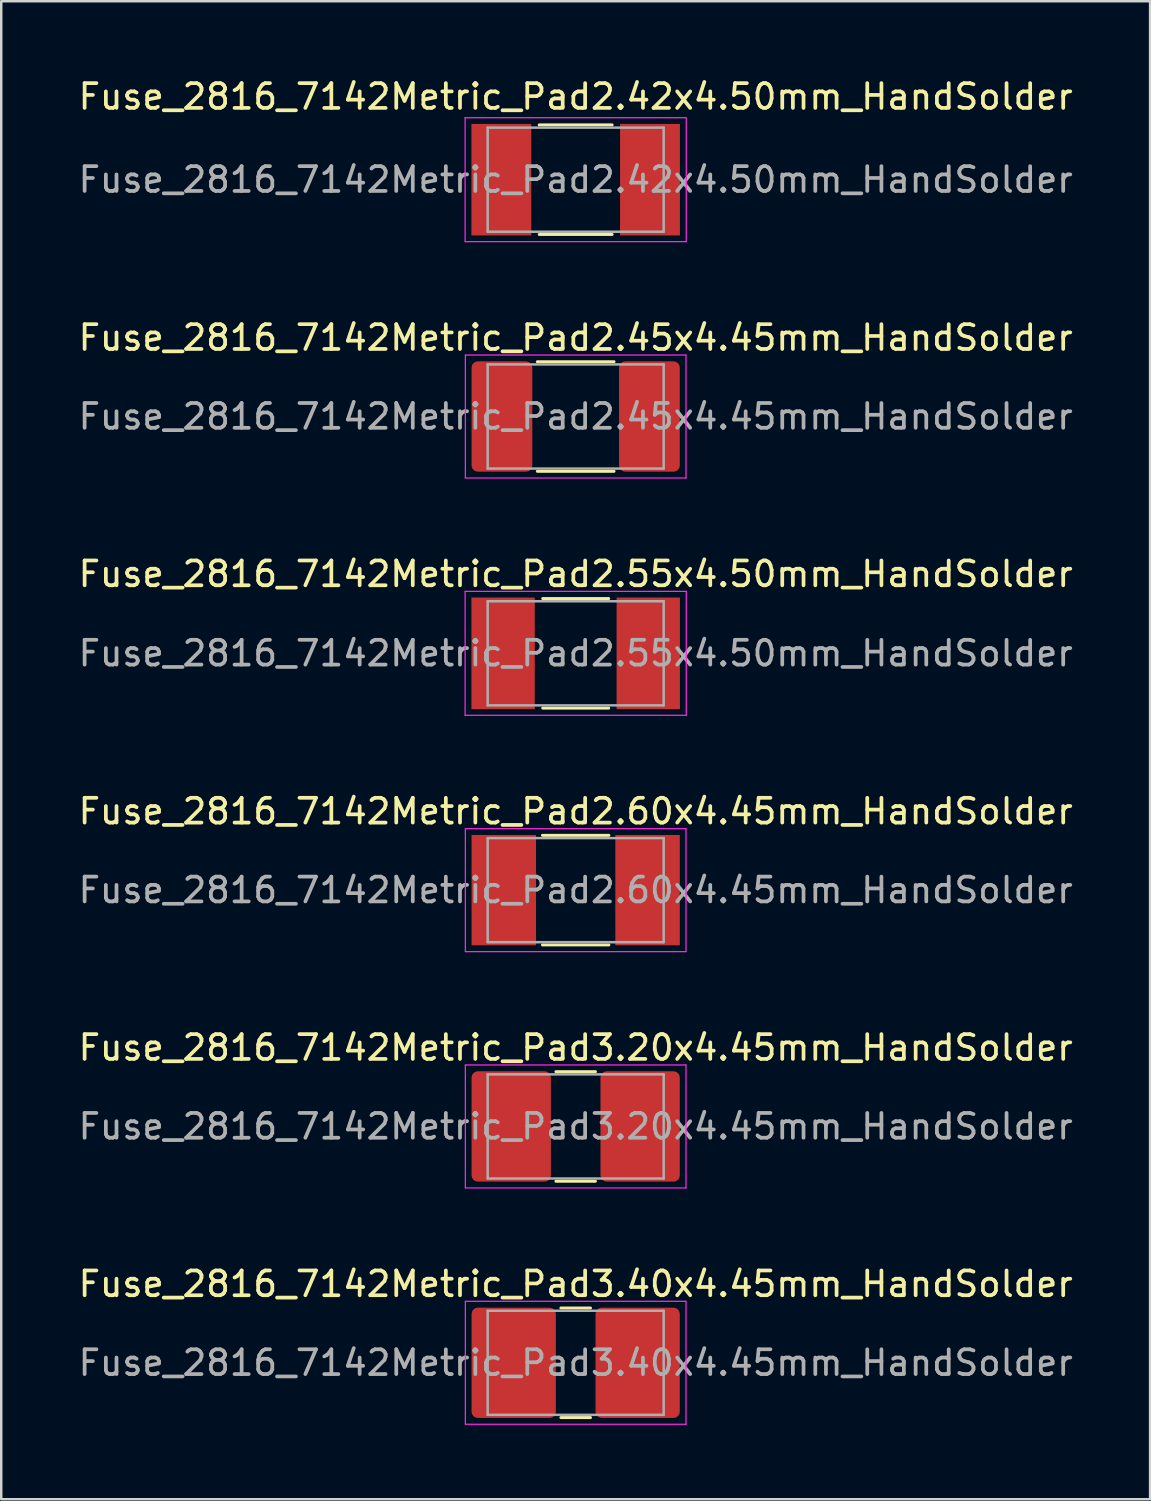
<source format=kicad_pcb>
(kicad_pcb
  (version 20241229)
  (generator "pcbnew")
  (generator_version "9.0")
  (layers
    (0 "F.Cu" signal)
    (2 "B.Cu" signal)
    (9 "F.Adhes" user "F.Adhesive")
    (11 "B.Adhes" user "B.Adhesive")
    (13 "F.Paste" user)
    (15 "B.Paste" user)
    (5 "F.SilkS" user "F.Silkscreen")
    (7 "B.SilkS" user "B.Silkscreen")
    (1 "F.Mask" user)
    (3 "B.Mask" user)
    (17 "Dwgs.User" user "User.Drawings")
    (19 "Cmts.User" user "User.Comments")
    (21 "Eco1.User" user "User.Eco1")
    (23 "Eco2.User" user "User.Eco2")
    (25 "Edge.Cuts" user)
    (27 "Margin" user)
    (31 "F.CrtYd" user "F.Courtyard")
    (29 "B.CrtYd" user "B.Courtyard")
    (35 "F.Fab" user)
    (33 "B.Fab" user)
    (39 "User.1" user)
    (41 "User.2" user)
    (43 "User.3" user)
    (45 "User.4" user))
  (footprint "Fuse_2816_7142Metric_Pad3.40x4.45mm_HandSolder"
    (layer "F.Cu")
    (at 20.173 51.925)
    (property "Reference" "Fuse_2816_7142Metric_Pad3.40x4.45mm_HandSolder" (at 0 -3.18 0) (layer "F.SilkS") (effects (font (size 1 1) (thickness 0.15))))
    (attr smd)
    (fp_line (start -0.597 -2.21) (end 0.597 -2.21) (stroke (width 0.12) (type solid)) (layer "F.SilkS"))
    (fp_line (start -0.597 2.21) (end 0.597 2.21) (stroke (width 0.12) (type solid)) (layer "F.SilkS"))
    (fp_line (start -4.45 -2.48) (end 4.45 -2.48) (stroke (width 0.05) (type solid)) (layer "F.CrtYd"))
    (fp_line (start -4.45 2.48) (end -4.45 -2.48) (stroke (width 0.05) (type solid)) (layer "F.CrtYd"))
    (fp_line (start 4.45 -2.48) (end 4.45 2.48) (stroke (width 0.05) (type solid)) (layer "F.CrtYd"))
    (fp_line (start 4.45 2.48) (end -4.45 2.48) (stroke (width 0.05) (type solid)) (layer "F.CrtYd"))
    (fp_line (start -3.55 -2.1) (end 3.55 -2.1) (stroke (width 0.1) (type solid)) (layer "F.Fab"))
    (fp_line (start -3.55 2.1) (end -3.55 -2.1) (stroke (width 0.1) (type solid)) (layer "F.Fab"))
    (fp_line (start 3.55 -2.1) (end 3.55 2.1) (stroke (width 0.1) (type solid)) (layer "F.Fab"))
    (fp_line (start 3.55 2.1) (end -3.55 2.1) (stroke (width 0.1) (type solid)) (layer "F.Fab"))
    (fp_text user "${REFERENCE}" (at 0 0 0) (layer "F.Fab") (effects (font (size 1 1) (thickness 0.15))))
    (pad "1" smd roundrect (at -2.5 0) (size 3.4 4.45) (layers "F.Cu" "F.Mask" "F.Paste") (roundrect_rratio 0.074))
    (pad "2" smd roundrect (at 2.5 0) (size 3.4 4.45) (layers "F.Cu" "F.Mask" "F.Paste") (roundrect_rratio 0.074)))
  (footprint "Fuse_2816_7142Metric_Pad2.42x4.50mm_HandSolder"
    (layer "F.Cu")
    (at 20.173 4.198)
    (property "Reference" "Fuse_2816_7142Metric_Pad2.42x4.50mm_HandSolder" (at 0 -3.35 0) (layer "F.SilkS") (effects (font (size 1 1) (thickness 0.15))))
    (attr smd)
    (fp_line (start -1.47 -2.21) (end 1.47 -2.21) (stroke (width 0.12) (type solid)) (layer "F.SilkS"))
    (fp_line (start -1.47 2.21) (end 1.47 2.21) (stroke (width 0.12) (type solid)) (layer "F.SilkS"))
    (fp_line (start -4.46 -2.5) (end 4.46 -2.5) (stroke (width 0.05) (type solid)) (layer "F.CrtYd"))
    (fp_line (start -4.46 2.5) (end -4.46 -2.5) (stroke (width 0.05) (type solid)) (layer "F.CrtYd"))
    (fp_line (start 4.46 -2.5) (end 4.46 2.5) (stroke (width 0.05) (type solid)) (layer "F.CrtYd"))
    (fp_line (start 4.46 2.5) (end -4.46 2.5) (stroke (width 0.05) (type solid)) (layer "F.CrtYd"))
    (fp_line (start -3.55 -2.1) (end 3.55 -2.1) (stroke (width 0.1) (type solid)) (layer "F.Fab"))
    (fp_line (start -3.55 2.1) (end -3.55 -2.1) (stroke (width 0.1) (type solid)) (layer "F.Fab"))
    (fp_line (start 3.55 -2.1) (end 3.55 2.1) (stroke (width 0.1) (type solid)) (layer "F.Fab"))
    (fp_line (start 3.55 2.1) (end -3.55 2.1) (stroke (width 0.1) (type solid)) (layer "F.Fab"))
    (fp_text user "${REFERENCE}" (at 0 0 0) (layer "F.Fab") (effects (font (size 1 1) (thickness 0.15))))
    (pad "1" smd rect (at -2.998 0) (size 2.415 4.5) (layers "F.Cu" "F.Mask" "F.Paste"))
    (pad "2" smd rect (at 2.998 0) (size 2.415 4.5) (layers "F.Cu" "F.Mask" "F.Paste")))
  (footprint "Fuse_2816_7142Metric_Pad2.45x4.45mm_HandSolder"
    (layer "F.Cu")
    (at 20.173 13.752)
    (property "Reference" "Fuse_2816_7142Metric_Pad2.45x4.45mm_HandSolder" (at 0 -3.18 0) (layer "F.SilkS") (effects (font (size 1 1) (thickness 0.15))))
    (attr smd)
    (fp_line (start -1.547 -2.21) (end 1.547 -2.21) (stroke (width 0.12) (type solid)) (layer "F.SilkS"))
    (fp_line (start -1.547 2.21) (end 1.547 2.21) (stroke (width 0.12) (type solid)) (layer "F.SilkS"))
    (fp_line (start -4.45 -2.48) (end 4.45 -2.48) (stroke (width 0.05) (type solid)) (layer "F.CrtYd"))
    (fp_line (start -4.45 2.48) (end -4.45 -2.48) (stroke (width 0.05) (type solid)) (layer "F.CrtYd"))
    (fp_line (start 4.45 -2.48) (end 4.45 2.48) (stroke (width 0.05) (type solid)) (layer "F.CrtYd"))
    (fp_line (start 4.45 2.48) (end -4.45 2.48) (stroke (width 0.05) (type solid)) (layer "F.CrtYd"))
    (fp_line (start -3.55 -2.1) (end 3.55 -2.1) (stroke (width 0.1) (type solid)) (layer "F.Fab"))
    (fp_line (start -3.55 2.1) (end -3.55 -2.1) (stroke (width 0.1) (type solid)) (layer "F.Fab"))
    (fp_line (start 3.55 -2.1) (end 3.55 2.1) (stroke (width 0.1) (type solid)) (layer "F.Fab"))
    (fp_line (start 3.55 2.1) (end -3.55 2.1) (stroke (width 0.1) (type solid)) (layer "F.Fab"))
    (fp_text user "${REFERENCE}" (at 0 0 0) (layer "F.Fab") (effects (font (size 1 1) (thickness 0.15))))
    (pad "1" smd roundrect (at -2.975 0) (size 2.45 4.45) (layers "F.Cu" "F.Mask" "F.Paste") (roundrect_rratio 0.102))
    (pad "2" smd roundrect (at 2.975 0) (size 2.45 4.45) (layers "F.Cu" "F.Mask" "F.Paste") (roundrect_rratio 0.102)))
  (footprint "Fuse_2816_7142Metric_Pad3.20x4.45mm_HandSolder"
    (layer "F.Cu")
    (at 20.173 42.391)
    (property "Reference" "Fuse_2816_7142Metric_Pad3.20x4.45mm_HandSolder" (at 0 -3.18 0) (layer "F.SilkS") (effects (font (size 1 1) (thickness 0.15))))
    (attr smd)
    (fp_line (start -0.797 -2.21) (end 0.797 -2.21) (stroke (width 0.12) (type solid)) (layer "F.SilkS"))
    (fp_line (start -0.797 2.21) (end 0.797 2.21) (stroke (width 0.12) (type solid)) (layer "F.SilkS"))
    (fp_line (start -4.45 -2.48) (end 4.45 -2.48) (stroke (width 0.05) (type solid)) (layer "F.CrtYd"))
    (fp_line (start -4.45 2.48) (end -4.45 -2.48) (stroke (width 0.05) (type solid)) (layer "F.CrtYd"))
    (fp_line (start 4.45 -2.48) (end 4.45 2.48) (stroke (width 0.05) (type solid)) (layer "F.CrtYd"))
    (fp_line (start 4.45 2.48) (end -4.45 2.48) (stroke (width 0.05) (type solid)) (layer "F.CrtYd"))
    (fp_line (start -3.55 -2.1) (end 3.55 -2.1) (stroke (width 0.1) (type solid)) (layer "F.Fab"))
    (fp_line (start -3.55 2.1) (end -3.55 -2.1) (stroke (width 0.1) (type solid)) (layer "F.Fab"))
    (fp_line (start 3.55 -2.1) (end 3.55 2.1) (stroke (width 0.1) (type solid)) (layer "F.Fab"))
    (fp_line (start 3.55 2.1) (end -3.55 2.1) (stroke (width 0.1) (type solid)) (layer "F.Fab"))
    (fp_text user "${REFERENCE}" (at 0 0 0) (layer "F.Fab") (effects (font (size 1 1) (thickness 0.15))))
    (pad "1" smd roundrect (at -2.6 0) (size 3.2 4.45) (layers "F.Cu" "F.Mask" "F.Paste") (roundrect_rratio 0.078))
    (pad "2" smd roundrect (at 2.6 0) (size 3.2 4.45) (layers "F.Cu" "F.Mask" "F.Paste") (roundrect_rratio 0.078)))
  (footprint "Fuse_2816_7142Metric_Pad2.60x4.45mm_HandSolder"
    (layer "F.Cu")
    (at 20.173 32.858)
    (property "Reference" "Fuse_2816_7142Metric_Pad2.60x4.45mm_HandSolder" (at 0 -3.18 0) (layer "F.SilkS") (effects (font (size 1 1) (thickness 0.15))))
    (attr smd)
    (fp_line (start -1.34 -2.21) (end 1.34 -2.21) (stroke (width 0.12) (type solid)) (layer "F.SilkS"))
    (fp_line (start -1.34 2.21) (end 1.34 2.21) (stroke (width 0.12) (type solid)) (layer "F.SilkS"))
    (fp_line (start -4.45 -2.48) (end 4.45 -2.48) (stroke (width 0.05) (type solid)) (layer "F.CrtYd"))
    (fp_line (start -4.45 2.48) (end -4.45 -2.48) (stroke (width 0.05) (type solid)) (layer "F.CrtYd"))
    (fp_line (start 4.45 -2.48) (end 4.45 2.48) (stroke (width 0.05) (type solid)) (layer "F.CrtYd"))
    (fp_line (start 4.45 2.48) (end -4.45 2.48) (stroke (width 0.05) (type solid)) (layer "F.CrtYd"))
    (fp_line (start -3.55 -2.1) (end 3.55 -2.1) (stroke (width 0.1) (type solid)) (layer "F.Fab"))
    (fp_line (start -3.55 2.1) (end -3.55 -2.1) (stroke (width 0.1) (type solid)) (layer "F.Fab"))
    (fp_line (start 3.55 -2.1) (end 3.55 2.1) (stroke (width 0.1) (type solid)) (layer "F.Fab"))
    (fp_line (start 3.55 2.1) (end -3.55 2.1) (stroke (width 0.1) (type solid)) (layer "F.Fab"))
    (fp_text user "${REFERENCE}" (at 0 0 0) (layer "F.Fab") (effects (font (size 1 1) (thickness 0.15))))
    (pad "1" smd rect (at -2.9 0) (size 2.6 4.45) (layers "F.Cu" "F.Mask" "F.Paste"))
    (pad "2" smd rect (at 2.9 0) (size 2.6 4.45) (layers "F.Cu" "F.Mask" "F.Paste")))
  (footprint "Fuse_2816_7142Metric_Pad2.55x4.50mm_HandSolder"
    (layer "F.Cu")
    (at 20.173 23.305)
    (property "Reference" "Fuse_2816_7142Metric_Pad2.55x4.50mm_HandSolder" (at 0 -3.2 0) (layer "F.SilkS") (effects (font (size 1 1) (thickness 0.15))))
    (attr smd)
    (fp_line (start -1.33 -2.21) (end 1.33 -2.21) (stroke (width 0.12) (type solid)) (layer "F.SilkS"))
    (fp_line (start -1.33 2.21) (end 1.33 2.21) (stroke (width 0.12) (type solid)) (layer "F.SilkS"))
    (fp_line (start -4.46 -2.5) (end 4.46 -2.5) (stroke (width 0.05) (type solid)) (layer "F.CrtYd"))
    (fp_line (start -4.46 2.5) (end -4.46 -2.5) (stroke (width 0.05) (type solid)) (layer "F.CrtYd"))
    (fp_line (start 4.46 -2.5) (end 4.46 2.5) (stroke (width 0.05) (type solid)) (layer "F.CrtYd"))
    (fp_line (start 4.46 2.5) (end -4.46 2.5) (stroke (width 0.05) (type solid)) (layer "F.CrtYd"))
    (fp_line (start -3.55 -2.1) (end 3.55 -2.1) (stroke (width 0.1) (type solid)) (layer "F.Fab"))
    (fp_line (start -3.55 2.1) (end -3.55 -2.1) (stroke (width 0.1) (type solid)) (layer "F.Fab"))
    (fp_line (start 3.55 -2.1) (end 3.55 2.1) (stroke (width 0.1) (type solid)) (layer "F.Fab"))
    (fp_line (start 3.55 2.1) (end -3.55 2.1) (stroke (width 0.1) (type solid)) (layer "F.Fab"))
    (fp_text user "${REFERENCE}" (at 0 0 0) (layer "F.Fab") (effects (font (size 1 1) (thickness 0.15))))
    (pad "1" smd rect (at -2.928 0) (size 2.555 4.5) (layers "F.Cu" "F.Mask" "F.Paste"))
    (pad "2" smd rect (at 2.928 0) (size 2.555 4.5) (layers "F.Cu" "F.Mask" "F.Paste")))
  (gr_rect
    (start -3 -3)
    (end 43.345 57.429)
    (stroke (width 0.1) (type default))
    (fill no)
    (layer "Edge.Cuts")))
</source>
